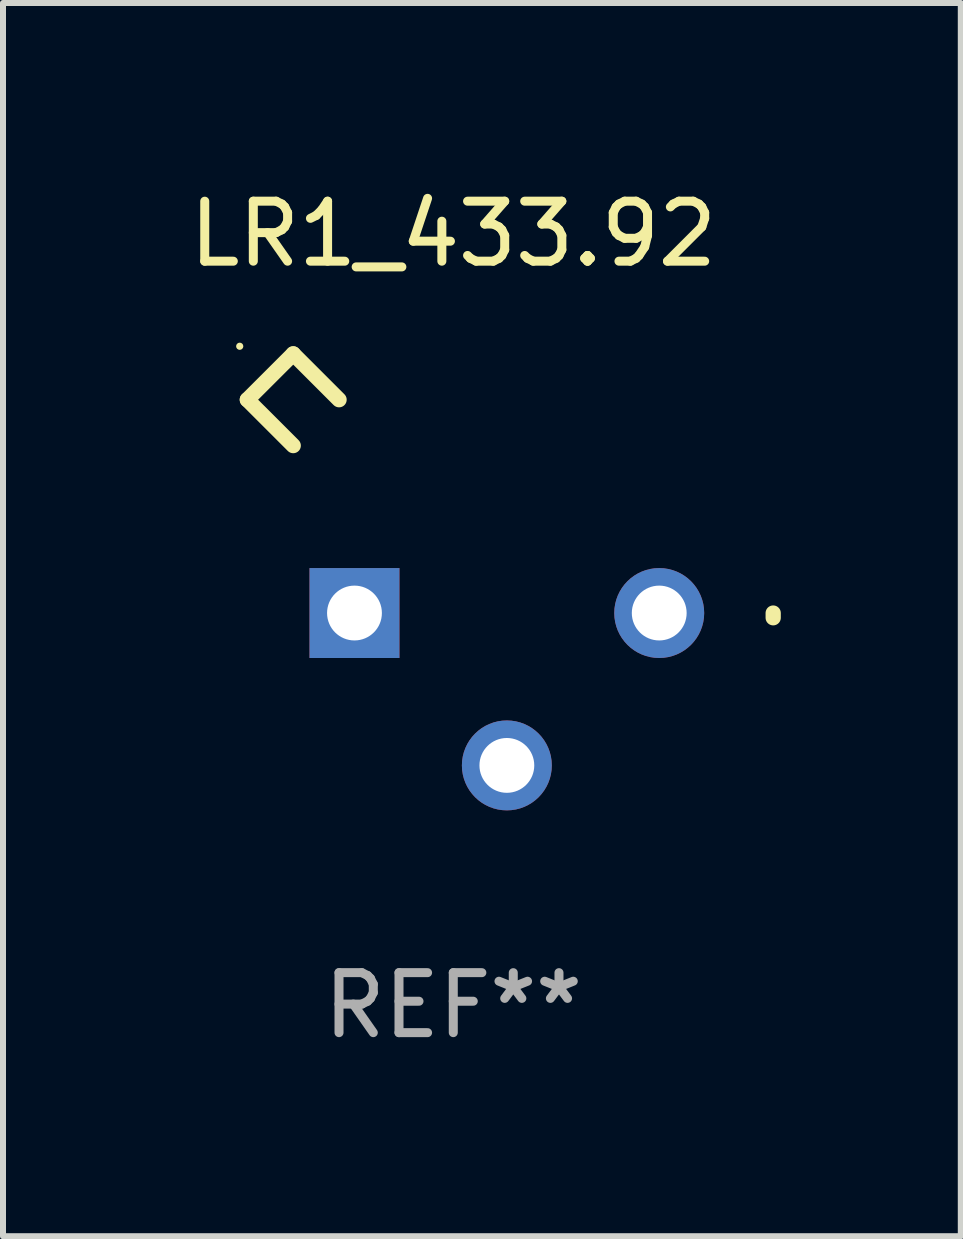
<source format=kicad_pcb>
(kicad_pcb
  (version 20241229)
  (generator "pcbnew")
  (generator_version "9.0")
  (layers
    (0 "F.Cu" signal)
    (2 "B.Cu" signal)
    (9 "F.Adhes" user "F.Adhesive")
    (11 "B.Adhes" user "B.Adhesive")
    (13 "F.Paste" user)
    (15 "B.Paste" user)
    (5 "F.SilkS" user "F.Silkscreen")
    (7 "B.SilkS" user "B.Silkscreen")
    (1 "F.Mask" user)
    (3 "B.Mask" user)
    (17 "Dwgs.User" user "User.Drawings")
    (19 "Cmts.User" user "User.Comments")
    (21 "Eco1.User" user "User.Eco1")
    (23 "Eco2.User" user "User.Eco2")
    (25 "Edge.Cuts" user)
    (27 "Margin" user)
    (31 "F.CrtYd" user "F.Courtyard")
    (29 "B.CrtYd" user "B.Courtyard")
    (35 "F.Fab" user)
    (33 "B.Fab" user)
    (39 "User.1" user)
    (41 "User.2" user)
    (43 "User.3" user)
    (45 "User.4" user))
  (footprint "LR1_433.92"
    (layer "F.Cu")
    (at 4.506 6.279)
    (property "Reference" "LR1_433.92" (at 0 -5.43 0) (layer "F.SilkS") (effects (font (size 1 1) (thickness 0.15))))
    (attr through_hole)
    (fp_line (start -3.433 -2.666) (end -2.668 -3.43) (stroke (width 0.254) (type solid)) (layer "F.SilkS"))
    (fp_line (start -3.433 -2.666) (end -2.668 -1.901) (stroke (width 0.254) (type solid)) (layer "F.SilkS"))
    (fp_line (start -2.668 -3.43) (end -1.904 -2.666) (stroke (width 0.254) (type solid)) (layer "F.SilkS"))
    (fp_arc (start 5.332741 0.969012) (mid 5.332568 0.929642) (end 5.332741 0.890272) (stroke (width 0.254001) (type solid)) (layer "F.SilkS"))
    (fp_circle (center -3.56 -3.557) (end -3.53 -3.557) (stroke (width 0.06) (type solid)) (fill no) (layer "F.SilkS"))
    (fp_text user "REF**" (at 0 7.43 0) (layer "F.Fab") (effects (font (size 1 1) (thickness 0.15))))
    (pad "1" thru_hole rect (at -1.647 0.89) (size 1.499 1.499) (drill 0.914) (layers "*.Cu" "*.Mask"))
    (pad "2" thru_hole circle (at 0.893 3.43) (size 1.499 1.499) (drill 0.914) (layers "*.Cu" "*.Mask"))
    (pad "3" thru_hole circle (at 3.433 0.89) (size 1.499 1.499) (drill 0.914) (layers "*.Cu" "*.Mask")))
  (gr_rect
    (start -3 -3)
    (end 12.966 17.557)
    (stroke (width 0.1) (type default))
    (fill no)
    (layer "Edge.Cuts")))
</source>
